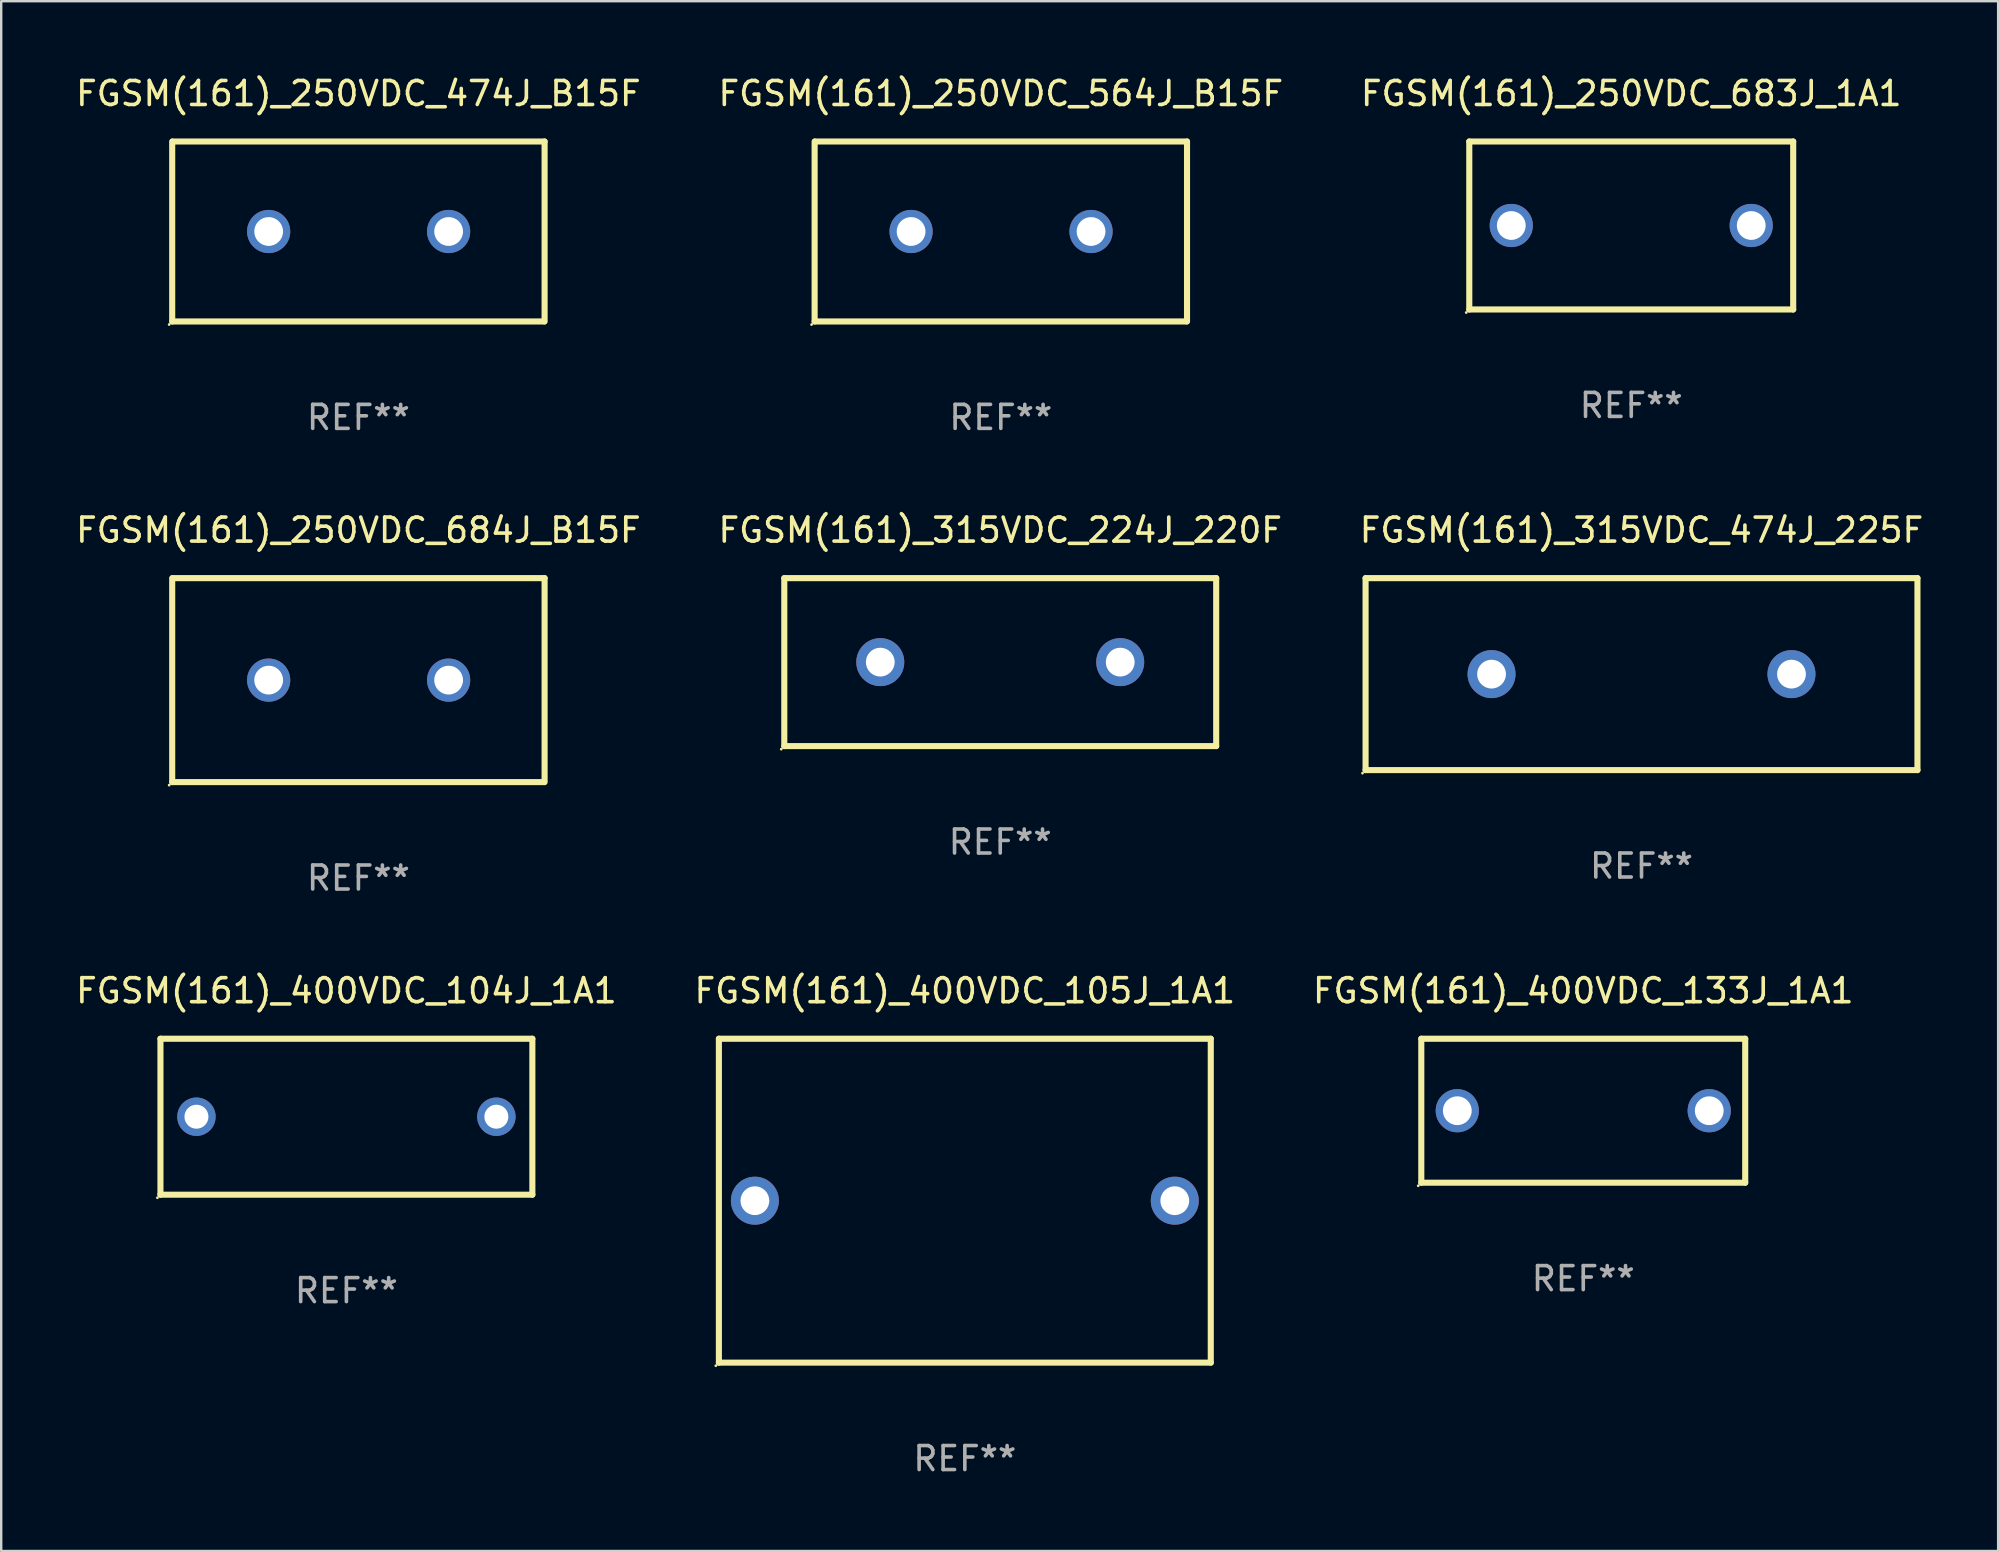
<source format=kicad_pcb>
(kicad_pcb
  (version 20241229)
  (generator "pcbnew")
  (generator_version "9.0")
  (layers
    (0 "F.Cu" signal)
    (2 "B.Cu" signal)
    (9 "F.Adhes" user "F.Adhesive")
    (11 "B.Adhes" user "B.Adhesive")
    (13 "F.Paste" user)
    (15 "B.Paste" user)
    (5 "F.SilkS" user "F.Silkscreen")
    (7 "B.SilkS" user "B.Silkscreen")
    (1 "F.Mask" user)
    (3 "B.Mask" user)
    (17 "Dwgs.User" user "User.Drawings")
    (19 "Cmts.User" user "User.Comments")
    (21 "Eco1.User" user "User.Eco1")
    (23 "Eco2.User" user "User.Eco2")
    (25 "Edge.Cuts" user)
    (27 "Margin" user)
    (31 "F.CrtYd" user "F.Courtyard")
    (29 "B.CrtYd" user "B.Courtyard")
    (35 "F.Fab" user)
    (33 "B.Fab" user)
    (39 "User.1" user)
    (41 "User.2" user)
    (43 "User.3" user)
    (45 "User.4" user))
  (footprint "FGSM(161)_400VDC_105J_1A1"
    (layer "F.Cu")
    (at 37.161 46.991)
    (property "Reference" "FGSM(161)_400VDC_105J_1A1" (at 0 -8.75 0) (layer "F.SilkS") (effects (font (size 1 1) (thickness 0.15))))
    (attr through_hole)
    (fp_line (start -10.25 -6.75) (end 10.25 -6.75) (stroke (width 0.254) (type solid)) (layer "F.SilkS"))
    (fp_line (start -10.25 6.75) (end -10.25 -6.75) (stroke (width 0.254) (type solid)) (layer "F.SilkS"))
    (fp_line (start 10.25 -6.75) (end 10.25 6.75) (stroke (width 0.254) (type solid)) (layer "F.SilkS"))
    (fp_line (start 10.25 6.75) (end -10.25 6.75) (stroke (width 0.254) (type solid)) (layer "F.SilkS"))
    (fp_circle (center -10.377 6.877) (end -10.347 6.877) (stroke (width 0.06) (type solid)) (fill no) (layer "F.SilkS"))
    (fp_text user "REF**" (at 0 10.75 0) (layer "F.Fab") (effects (font (size 1 1) (thickness 0.15))))
    (pad "1" thru_hole circle (at -8.75 0) (size 2 2) (drill 1.2) (layers "*.Cu" "*.Mask"))
    (pad "2" thru_hole circle (at 8.75 0) (size 2 2) (drill 1.2) (layers "*.Cu" "*.Mask")))
  (footprint "FGSM(161)_400VDC_133J_1A1"
    (layer "F.Cu")
    (at 62.935 43.241)
    (property "Reference" "FGSM(161)_400VDC_133J_1A1" (at 0 -5 0) (layer "F.SilkS") (effects (font (size 1 1) (thickness 0.15))))
    (attr through_hole)
    (fp_line (start -6.75 -3) (end 6.75 -3) (stroke (width 0.254) (type solid)) (layer "F.SilkS"))
    (fp_line (start -6.75 3) (end -6.75 -3) (stroke (width 0.254) (type solid)) (layer "F.SilkS"))
    (fp_line (start 6.75 -3) (end 6.75 3) (stroke (width 0.254) (type solid)) (layer "F.SilkS"))
    (fp_line (start 6.75 3) (end -6.75 3) (stroke (width 0.254) (type solid)) (layer "F.SilkS"))
    (fp_circle (center -6.877 3.127) (end -6.847 3.127) (stroke (width 0.06) (type solid)) (fill no) (layer "F.SilkS"))
    (fp_text user "REF**" (at 0 7 0) (layer "F.Fab") (effects (font (size 1 1) (thickness 0.15))))
    (pad "1" thru_hole circle (at -5.25 0) (size 1.8 1.8) (drill 1.2) (layers "*.Cu" "*.Mask"))
    (pad "2" thru_hole circle (at 5.25 0) (size 1.8 1.8) (drill 1.2) (layers "*.Cu" "*.Mask")))
  (footprint "FGSM(161)_250VDC_683J_1A1"
    (layer "F.Cu")
    (at 64.935 6.348)
    (property "Reference" "FGSM(161)_250VDC_683J_1A1" (at 0 -5.5 0) (layer "F.SilkS") (effects (font (size 1 1) (thickness 0.15))))
    (attr through_hole)
    (fp_line (start -6.75 -3.5) (end 6.75 -3.5) (stroke (width 0.254) (type solid)) (layer "F.SilkS"))
    (fp_line (start -6.75 3.5) (end -6.75 -3.5) (stroke (width 0.254) (type solid)) (layer "F.SilkS"))
    (fp_line (start 6.75 -3.5) (end 6.75 3.5) (stroke (width 0.254) (type solid)) (layer "F.SilkS"))
    (fp_line (start 6.75 3.5) (end -6.75 3.5) (stroke (width 0.254) (type solid)) (layer "F.SilkS"))
    (fp_circle (center -6.877 3.627) (end -6.847 3.627) (stroke (width 0.06) (type solid)) (fill no) (layer "F.SilkS"))
    (fp_text user "REF**" (at 0 7.5 0) (layer "F.Fab") (effects (font (size 1 1) (thickness 0.15))))
    (pad "1" thru_hole circle (at -5 0) (size 1.8 1.8) (drill 1.2) (layers "*.Cu" "*.Mask"))
    (pad "2" thru_hole circle (at 5 0) (size 1.8 1.8) (drill 1.2) (layers "*.Cu" "*.Mask")))
  (footprint "FGSM(161)_315VDC_224J_220F"
    (layer "F.Cu")
    (at 38.637 24.545)
    (property "Reference" "FGSM(161)_315VDC_224J_220F" (at 0 -5.5 0) (layer "F.SilkS") (effects (font (size 1 1) (thickness 0.15))))
    (attr through_hole)
    (fp_line (start -9 -3.5) (end 9 -3.5) (stroke (width 0.254) (type solid)) (layer "F.SilkS"))
    (fp_line (start -9 3.5) (end -9 -3.5) (stroke (width 0.254) (type solid)) (layer "F.SilkS"))
    (fp_line (start 9 -3.5) (end 9 3.5) (stroke (width 0.254) (type solid)) (layer "F.SilkS"))
    (fp_line (start 9 3.5) (end -9 3.5) (stroke (width 0.254) (type solid)) (layer "F.SilkS"))
    (fp_circle (center -9.127 3.627) (end -9.097 3.627) (stroke (width 0.06) (type solid)) (fill no) (layer "F.SilkS"))
    (fp_text user "REF**" (at 0 7.5 0) (layer "F.Fab") (effects (font (size 1 1) (thickness 0.15))))
    (pad "1" thru_hole circle (at -5 0) (size 2 2) (drill 1.2) (layers "*.Cu" "*.Mask"))
    (pad "2" thru_hole circle (at 5 0) (size 2 2) (drill 1.2) (layers "*.Cu" "*.Mask")))
  (footprint "FGSM(161)_400VDC_104J_1A1"
    (layer "F.Cu")
    (at 11.387 43.491)
    (property "Reference" "FGSM(161)_400VDC_104J_1A1" (at 0 -5.25 0) (layer "F.SilkS") (effects (font (size 1 1) (thickness 0.15))))
    (attr through_hole)
    (fp_line (start -7.75 -3.25) (end 7.75 -3.25) (stroke (width 0.254) (type solid)) (layer "F.SilkS"))
    (fp_line (start -7.75 3.25) (end -7.75 -3.25) (stroke (width 0.254) (type solid)) (layer "F.SilkS"))
    (fp_line (start 7.75 -3.25) (end 7.75 3.25) (stroke (width 0.254) (type solid)) (layer "F.SilkS"))
    (fp_line (start 7.75 3.25) (end -7.75 3.25) (stroke (width 0.254) (type solid)) (layer "F.SilkS"))
    (fp_circle (center -7.877 3.377) (end -7.847 3.377) (stroke (width 0.06) (type solid)) (fill no) (layer "F.SilkS"))
    (fp_text user "REF**" (at 0 7.25 0) (layer "F.Fab") (effects (font (size 1 1) (thickness 0.15))))
    (pad "1" thru_hole circle (at -6.25 -0.000013) (size 1.6 1.6) (drill 1) (layers "*.Cu" "*.Mask"))
    (pad "2" thru_hole circle (at 6.25 -0.000013) (size 1.6 1.6) (drill 1) (layers "*.Cu" "*.Mask")))
  (footprint "FGSM(161)_315VDC_474J_225F"
    (layer "F.Cu")
    (at 65.363 25.045)
    (property "Reference" "FGSM(161)_315VDC_474J_225F" (at 0 -6 0) (layer "F.SilkS") (effects (font (size 1 1) (thickness 0.15))))
    (attr through_hole)
    (fp_line (start -11.5 -4) (end 11.5 -4) (stroke (width 0.254) (type solid)) (layer "F.SilkS"))
    (fp_line (start -11.5 4) (end -11.5 -4) (stroke (width 0.254) (type solid)) (layer "F.SilkS"))
    (fp_line (start 11.5 -4) (end 11.5 4) (stroke (width 0.254) (type solid)) (layer "F.SilkS"))
    (fp_line (start 11.5 4) (end -11.5 4) (stroke (width 0.254) (type solid)) (layer "F.SilkS"))
    (fp_circle (center -11.627 4.127) (end -11.597 4.127) (stroke (width 0.06) (type solid)) (fill no) (layer "F.SilkS"))
    (fp_text user "REF**" (at 0 8 0) (layer "F.Fab") (effects (font (size 1 1) (thickness 0.15))))
    (pad "1" thru_hole circle (at -6.25 0) (size 2 2) (drill 1.2) (layers "*.Cu" "*.Mask"))
    (pad "2" thru_hole circle (at 6.25 0) (size 2 2) (drill 1.2) (layers "*.Cu" "*.Mask")))
  (footprint "FGSM(161)_250VDC_564J_B15F"
    (layer "F.Cu")
    (at 38.661 6.598)
    (property "Reference" "FGSM(161)_250VDC_564J_B15F" (at 0 -5.75 0) (layer "F.SilkS") (effects (font (size 1 1) (thickness 0.15))))
    (attr through_hole)
    (fp_line (start -7.76 3.75) (end -7.76 -3.75) (stroke (width 0.254) (type solid)) (layer "F.SilkS"))
    (fp_line (start -7.74 -3.75) (end 7.76 -3.75) (stroke (width 0.254) (type solid)) (layer "F.SilkS"))
    (fp_line (start 7.74 3.75) (end -7.76 3.75) (stroke (width 0.254) (type solid)) (layer "F.SilkS"))
    (fp_line (start 7.76 -3.75) (end 7.76 3.75) (stroke (width 0.254) (type solid)) (layer "F.SilkS"))
    (fp_circle (center -7.887 3.877) (end -7.857 3.877) (stroke (width 0.06) (type solid)) (fill no) (layer "F.SilkS"))
    (fp_text user "REF**" (at 0 7.75 0) (layer "F.Fab") (effects (font (size 1 1) (thickness 0.15))))
    (pad "1" thru_hole circle (at -3.74 0) (size 1.8 1.8) (drill 1.2) (layers "*.Cu" "*.Mask"))
    (pad "2" thru_hole circle (at 3.76 0) (size 1.8 1.8) (drill 1.2) (layers "*.Cu" "*.Mask")))
  (footprint "FGSM(161)_250VDC_474J_B15F"
    (layer "F.Cu")
    (at 11.887 6.598)
    (property "Reference" "FGSM(161)_250VDC_474J_B15F" (at 0 -5.75 0) (layer "F.SilkS") (effects (font (size 1 1) (thickness 0.15))))
    (attr through_hole)
    (fp_line (start -7.76 3.75) (end -7.76 -3.75) (stroke (width 0.254) (type solid)) (layer "F.SilkS"))
    (fp_line (start -7.74 -3.75) (end 7.76 -3.75) (stroke (width 0.254) (type solid)) (layer "F.SilkS"))
    (fp_line (start 7.74 3.75) (end -7.76 3.75) (stroke (width 0.254) (type solid)) (layer "F.SilkS"))
    (fp_line (start 7.76 -3.75) (end 7.76 3.75) (stroke (width 0.254) (type solid)) (layer "F.SilkS"))
    (fp_circle (center -7.887 3.877) (end -7.857 3.877) (stroke (width 0.06) (type solid)) (fill no) (layer "F.SilkS"))
    (fp_text user "REF**" (at 0 7.75 0) (layer "F.Fab") (effects (font (size 1 1) (thickness 0.15))))
    (pad "1" thru_hole circle (at -3.74 0) (size 1.8 1.8) (drill 1.2) (layers "*.Cu" "*.Mask"))
    (pad "2" thru_hole circle (at 3.76 0) (size 1.8 1.8) (drill 1.2) (layers "*.Cu" "*.Mask")))
  (footprint "FGSM(161)_250VDC_684J_B15F"
    (layer "F.Cu")
    (at 11.887 25.295)
    (property "Reference" "FGSM(161)_250VDC_684J_B15F" (at 0 -6.25 0) (layer "F.SilkS") (effects (font (size 1 1) (thickness 0.15))))
    (attr through_hole)
    (fp_line (start -7.76 4.25) (end -7.76 -4.25) (stroke (width 0.254) (type solid)) (layer "F.SilkS"))
    (fp_line (start -7.74 -4.25) (end 7.76 -4.25) (stroke (width 0.254) (type solid)) (layer "F.SilkS"))
    (fp_line (start 7.74 4.25) (end -7.76 4.25) (stroke (width 0.254) (type solid)) (layer "F.SilkS"))
    (fp_line (start 7.76 -4.25) (end 7.76 4.25) (stroke (width 0.254) (type solid)) (layer "F.SilkS"))
    (fp_circle (center -7.887 4.377) (end -7.857 4.377) (stroke (width 0.06) (type solid)) (fill no) (layer "F.SilkS"))
    (fp_text user "REF**" (at 0 8.25 0) (layer "F.Fab") (effects (font (size 1 1) (thickness 0.15))))
    (pad "1" thru_hole circle (at -3.74 0) (size 1.8 1.8) (drill 1.2) (layers "*.Cu" "*.Mask"))
    (pad "2" thru_hole circle (at 3.76 0) (size 1.8 1.8) (drill 1.2) (layers "*.Cu" "*.Mask")))
  (gr_rect
    (start -3 -3)
    (end 80.226 61.59)
    (stroke (width 0.1) (type default))
    (fill no)
    (layer "Edge.Cuts")))
</source>
